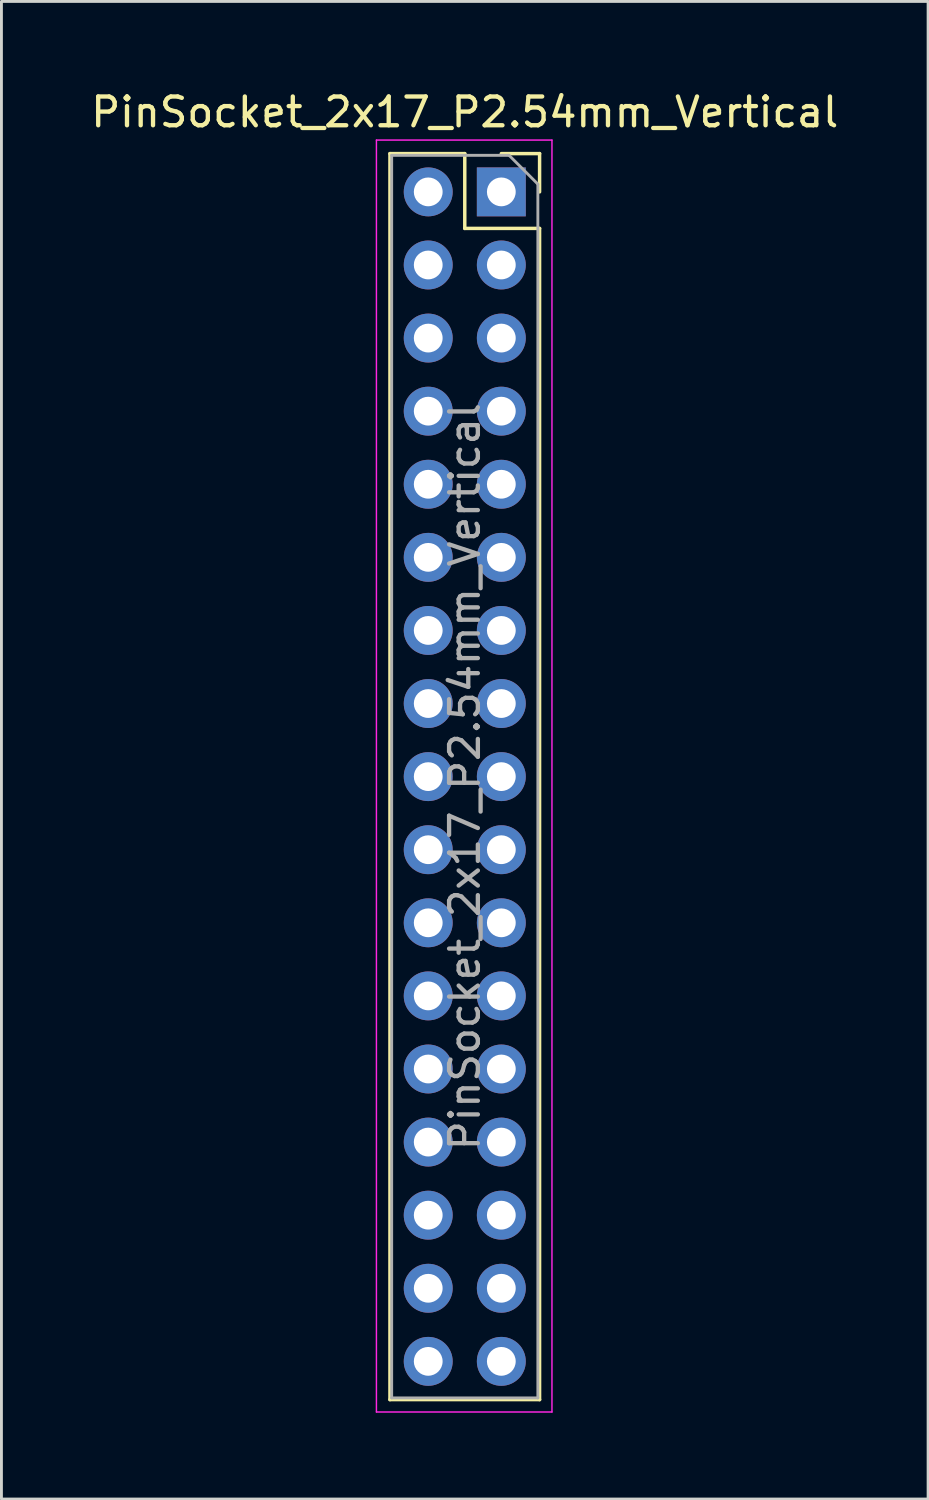
<source format=kicad_pcb>
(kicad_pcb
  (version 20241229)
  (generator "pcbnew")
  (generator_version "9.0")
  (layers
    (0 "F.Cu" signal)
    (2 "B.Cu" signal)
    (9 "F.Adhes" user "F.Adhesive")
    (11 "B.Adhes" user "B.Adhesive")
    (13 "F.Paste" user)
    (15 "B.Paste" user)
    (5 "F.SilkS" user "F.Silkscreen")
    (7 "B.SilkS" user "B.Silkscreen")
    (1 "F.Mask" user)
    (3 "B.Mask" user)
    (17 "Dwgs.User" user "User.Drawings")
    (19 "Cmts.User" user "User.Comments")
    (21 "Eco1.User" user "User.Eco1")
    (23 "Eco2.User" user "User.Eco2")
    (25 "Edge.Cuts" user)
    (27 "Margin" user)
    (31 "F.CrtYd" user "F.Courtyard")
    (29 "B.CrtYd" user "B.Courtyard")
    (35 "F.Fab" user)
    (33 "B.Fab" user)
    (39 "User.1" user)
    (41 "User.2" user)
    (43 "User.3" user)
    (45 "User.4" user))
  (footprint "PinSocket_2x17_P2.54mm_Vertical"
    (layer "F.Cu")
    (at 14.371 3.618)
    (property "Reference" "PinSocket_2x17_P2.54mm_Vertical" (at -1.27 -2.77 0) (layer "F.SilkS") (effects (font (size 1 1) (thickness 0.15))))
    (attr through_hole)
    (fp_line (start -3.87 -1.33) (end -3.87 41.97) (stroke (width 0.12) (type solid)) (layer "F.SilkS"))
    (fp_line (start -3.87 -1.33) (end -1.27 -1.33) (stroke (width 0.12) (type solid)) (layer "F.SilkS"))
    (fp_line (start -3.87 41.97) (end 1.33 41.97) (stroke (width 0.12) (type solid)) (layer "F.SilkS"))
    (fp_line (start -1.27 -1.33) (end -1.27 1.27) (stroke (width 0.12) (type solid)) (layer "F.SilkS"))
    (fp_line (start -1.27 1.27) (end 1.33 1.27) (stroke (width 0.12) (type solid)) (layer "F.SilkS"))
    (fp_line (start 0 -1.33) (end 1.33 -1.33) (stroke (width 0.12) (type solid)) (layer "F.SilkS"))
    (fp_line (start 1.33 -1.33) (end 1.33 0) (stroke (width 0.12) (type solid)) (layer "F.SilkS"))
    (fp_line (start 1.33 1.27) (end 1.33 41.97) (stroke (width 0.12) (type solid)) (layer "F.SilkS"))
    (fp_line (start -4.34 -1.8) (end 1.76 -1.8) (stroke (width 0.05) (type solid)) (layer "F.CrtYd"))
    (fp_line (start -4.34 42.4) (end -4.34 -1.8) (stroke (width 0.05) (type solid)) (layer "F.CrtYd"))
    (fp_line (start 1.76 -1.8) (end 1.76 42.4) (stroke (width 0.05) (type solid)) (layer "F.CrtYd"))
    (fp_line (start 1.76 42.4) (end -4.34 42.4) (stroke (width 0.05) (type solid)) (layer "F.CrtYd"))
    (fp_line (start -3.81 -1.27) (end 0.27 -1.27) (stroke (width 0.1) (type solid)) (layer "F.Fab"))
    (fp_line (start -3.81 41.91) (end -3.81 -1.27) (stroke (width 0.1) (type solid)) (layer "F.Fab"))
    (fp_line (start 0.27 -1.27) (end 1.27 -0.27) (stroke (width 0.1) (type solid)) (layer "F.Fab"))
    (fp_line (start 1.27 -0.27) (end 1.27 41.91) (stroke (width 0.1) (type solid)) (layer "F.Fab"))
    (fp_line (start 1.27 41.91) (end -3.81 41.91) (stroke (width 0.1) (type solid)) (layer "F.Fab"))
    (fp_text user "${REFERENCE}" (at -1.27 20.32 90) (layer "F.Fab") (effects (font (size 1 1) (thickness 0.15))))
    (pad "1" thru_hole rect (at 0 0) (size 1.7 1.7) (drill 1) (layers "*.Cu" "*.Mask"))
    (pad "2" thru_hole oval (at -2.54 0) (size 1.7 1.7) (drill 1) (layers "*.Cu" "*.Mask"))
    (pad "3" thru_hole oval (at 0 2.54) (size 1.7 1.7) (drill 1) (layers "*.Cu" "*.Mask"))
    (pad "4" thru_hole oval (at -2.54 2.54) (size 1.7 1.7) (drill 1) (layers "*.Cu" "*.Mask"))
    (pad "5" thru_hole oval (at 0 5.08) (size 1.7 1.7) (drill 1) (layers "*.Cu" "*.Mask"))
    (pad "6" thru_hole oval (at -2.54 5.08) (size 1.7 1.7) (drill 1) (layers "*.Cu" "*.Mask"))
    (pad "7" thru_hole oval (at 0 7.62) (size 1.7 1.7) (drill 1) (layers "*.Cu" "*.Mask"))
    (pad "8" thru_hole oval (at -2.54 7.62) (size 1.7 1.7) (drill 1) (layers "*.Cu" "*.Mask"))
    (pad "9" thru_hole oval (at 0 10.16) (size 1.7 1.7) (drill 1) (layers "*.Cu" "*.Mask"))
    (pad "10" thru_hole oval (at -2.54 10.16) (size 1.7 1.7) (drill 1) (layers "*.Cu" "*.Mask"))
    (pad "11" thru_hole oval (at 0 12.7) (size 1.7 1.7) (drill 1) (layers "*.Cu" "*.Mask"))
    (pad "12" thru_hole oval (at -2.54 12.7) (size 1.7 1.7) (drill 1) (layers "*.Cu" "*.Mask"))
    (pad "13" thru_hole oval (at 0 15.24) (size 1.7 1.7) (drill 1) (layers "*.Cu" "*.Mask"))
    (pad "14" thru_hole oval (at -2.54 15.24) (size 1.7 1.7) (drill 1) (layers "*.Cu" "*.Mask"))
    (pad "15" thru_hole oval (at 0 17.78) (size 1.7 1.7) (drill 1) (layers "*.Cu" "*.Mask"))
    (pad "16" thru_hole oval (at -2.54 17.78) (size 1.7 1.7) (drill 1) (layers "*.Cu" "*.Mask"))
    (pad "17" thru_hole oval (at 0 20.32) (size 1.7 1.7) (drill 1) (layers "*.Cu" "*.Mask"))
    (pad "18" thru_hole oval (at -2.54 20.32) (size 1.7 1.7) (drill 1) (layers "*.Cu" "*.Mask"))
    (pad "19" thru_hole oval (at 0 22.86) (size 1.7 1.7) (drill 1) (layers "*.Cu" "*.Mask"))
    (pad "20" thru_hole oval (at -2.54 22.86) (size 1.7 1.7) (drill 1) (layers "*.Cu" "*.Mask"))
    (pad "21" thru_hole oval (at 0 25.4) (size 1.7 1.7) (drill 1) (layers "*.Cu" "*.Mask"))
    (pad "22" thru_hole oval (at -2.54 25.4) (size 1.7 1.7) (drill 1) (layers "*.Cu" "*.Mask"))
    (pad "23" thru_hole oval (at 0 27.94) (size 1.7 1.7) (drill 1) (layers "*.Cu" "*.Mask"))
    (pad "24" thru_hole oval (at -2.54 27.94) (size 1.7 1.7) (drill 1) (layers "*.Cu" "*.Mask"))
    (pad "25" thru_hole oval (at 0 30.48) (size 1.7 1.7) (drill 1) (layers "*.Cu" "*.Mask"))
    (pad "26" thru_hole oval (at -2.54 30.48) (size 1.7 1.7) (drill 1) (layers "*.Cu" "*.Mask"))
    (pad "27" thru_hole oval (at 0 33.02) (size 1.7 1.7) (drill 1) (layers "*.Cu" "*.Mask"))
    (pad "28" thru_hole oval (at -2.54 33.02) (size 1.7 1.7) (drill 1) (layers "*.Cu" "*.Mask"))
    (pad "29" thru_hole oval (at 0 35.56) (size 1.7 1.7) (drill 1) (layers "*.Cu" "*.Mask"))
    (pad "30" thru_hole oval (at -2.54 35.56) (size 1.7 1.7) (drill 1) (layers "*.Cu" "*.Mask"))
    (pad "31" thru_hole oval (at 0 38.1) (size 1.7 1.7) (drill 1) (layers "*.Cu" "*.Mask"))
    (pad "32" thru_hole oval (at -2.54 38.1) (size 1.7 1.7) (drill 1) (layers "*.Cu" "*.Mask"))
    (pad "33" thru_hole oval (at 0 40.64) (size 1.7 1.7) (drill 1) (layers "*.Cu" "*.Mask"))
    (pad "34" thru_hole oval (at -2.54 40.64) (size 1.7 1.7) (drill 1) (layers "*.Cu" "*.Mask")))
  (gr_rect
    (start -3 -3)
    (end 29.202 49.043)
    (stroke (width 0.1) (type default))
    (fill no)
    (layer "Edge.Cuts")))
</source>
